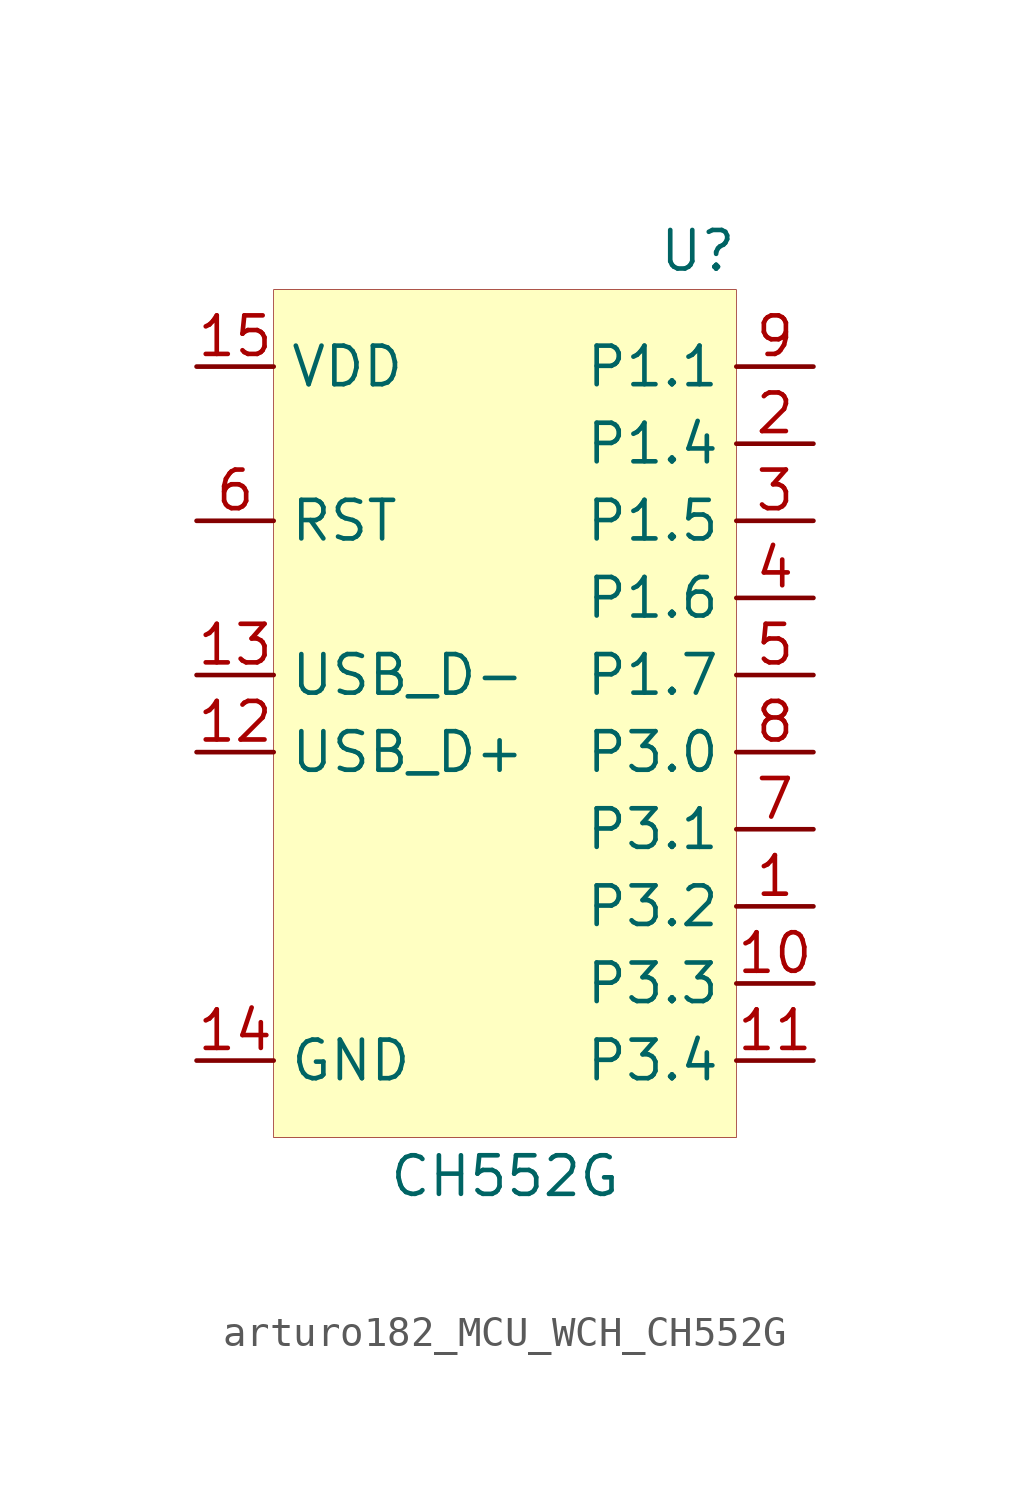
<source format=kicad_sym>
(kicad_symbol_lib
  (version 20220914)
  (generator kicad_symbol_editor)
  (symbol "MCU_WCH:arturo182_MCU_WCH_CH552G"
    (property "Reference" "U"
      (at 6.35 13.97 0)
      (effects (font (size 1.27 1.27))))
    (property "Value" "CH552G"
      (at 0 -16.51 0)
      (effects (font (size 1.27 1.27))))
    (symbol "arturo182_MCU_WCH_CH552G_0_0"
      (pin bidirectional line (at 10.16 -7.62 180) (length 2.54) (name "P3.2" (effects (font (size 1.27 1.27)))) (number "1" (effects (font (size 1.27 1.27)))))
      (pin bidirectional line (at 10.16 7.62 180) (length 2.54) (name "P1.4" (effects (font (size 1.27 1.27)))) (number "2" (effects (font (size 1.27 1.27)))))
      (pin bidirectional line (at 10.16 5.08 180) (length 2.54) (name "P1.5" (effects (font (size 1.27 1.27)))) (number "3" (effects (font (size 1.27 1.27)))))
      (pin bidirectional line (at 10.16 2.54 180) (length 2.54) (name "P1.6" (effects (font (size 1.27 1.27)))) (number "4" (effects (font (size 1.27 1.27)))))
      (pin bidirectional line (at 10.16 0 180) (length 2.54) (name "P1.7" (effects (font (size 1.27 1.27)))) (number "5" (effects (font (size 1.27 1.27)))))
      (pin input line (at -10.16 5.08 0) (length 2.54) (name "RST" (effects (font (size 1.27 1.27)))) (number "6" (effects (font (size 1.27 1.27)))))
      (pin bidirectional line (at 10.16 -5.08 180) (length 2.54) (name "P3.1" (effects (font (size 1.27 1.27)))) (number "7" (effects (font (size 1.27 1.27)))))
      (pin bidirectional line (at 10.16 -2.54 180) (length 2.54) (name "P3.0" (effects (font (size 1.27 1.27)))) (number "8" (effects (font (size 1.27 1.27)))))
      (pin bidirectional line (at 10.16 10.16 180) (length 2.54) (name "P1.1" (effects (font (size 1.27 1.27)))) (number "9" (effects (font (size 1.27 1.27)))))
      (pin bidirectional line (at 10.16 -10.16 180) (length 2.54) (name "P3.3" (effects (font (size 1.27 1.27)))) (number "10" (effects (font (size 1.27 1.27)))))
      (pin bidirectional line (at 10.16 -12.7 180) (length 2.54) (name "P3.4" (effects (font (size 1.27 1.27)))) (number "11" (effects (font (size 1.27 1.27)))))
      (pin bidirectional line (at -10.16 -2.54 0) (length 2.54) (name "USB_D+" (effects (font (size 1.27 1.27)))) (number "12" (effects (font (size 1.27 1.27)))))
      (pin bidirectional line (at -10.16 0 0) (length 2.54) (name "USB_D-" (effects (font (size 1.27 1.27)))) (number "13" (effects (font (size 1.27 1.27)))))
      (pin power_in line (at -10.16 -12.7 0) (length 2.54) (name "GND" (effects (font (size 1.27 1.27)))) (number "14" (effects (font (size 1.27 1.27)))))
      (pin power_in line (at -10.16 10.16 0) (length 2.54) (name "VDD" (effects (font (size 1.27 1.27)))) (number "15" (effects (font (size 1.27 1.27)))))
      (pin passive line (at -10.16 10.16 0) (length 2.54) hide (name "VDD" (effects (font (size 1.27 1.27)))) (number "16" (effects (font (size 1.27 1.27))))))
    (symbol "arturo182_MCU_WCH_CH552G_0_1"
      (rectangle (start -7.62 12.7) (end 7.62 -15.24) (stroke (width 0.001)) (fill (type background))))))
</source>
